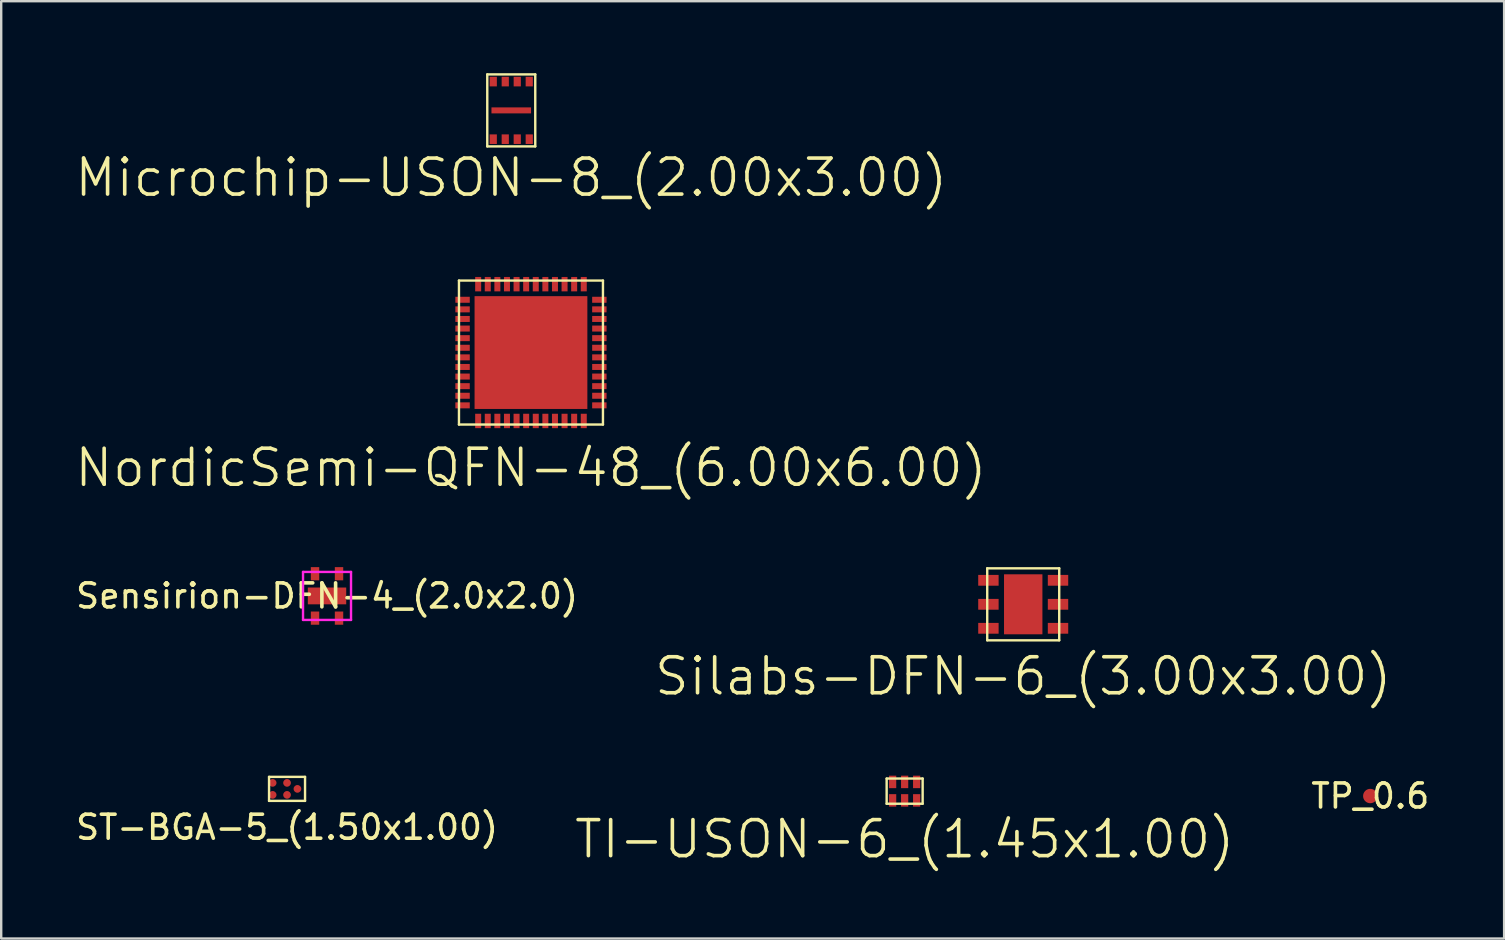
<source format=kicad_pcb>
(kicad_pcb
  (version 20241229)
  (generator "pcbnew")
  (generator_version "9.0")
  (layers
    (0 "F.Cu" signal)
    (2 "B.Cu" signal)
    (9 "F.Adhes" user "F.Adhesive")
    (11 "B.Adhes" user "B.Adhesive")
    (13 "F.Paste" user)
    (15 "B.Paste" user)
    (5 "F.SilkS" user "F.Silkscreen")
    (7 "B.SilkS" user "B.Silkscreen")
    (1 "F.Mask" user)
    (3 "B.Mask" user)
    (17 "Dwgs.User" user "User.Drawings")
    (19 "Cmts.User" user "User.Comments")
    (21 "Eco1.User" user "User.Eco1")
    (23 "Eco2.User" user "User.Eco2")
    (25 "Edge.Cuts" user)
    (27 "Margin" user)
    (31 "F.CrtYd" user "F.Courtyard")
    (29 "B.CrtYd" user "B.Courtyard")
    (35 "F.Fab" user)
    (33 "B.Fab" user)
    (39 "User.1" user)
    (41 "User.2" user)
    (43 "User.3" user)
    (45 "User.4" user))
  (footprint "Silabs-DFN-6_(3.00x3.00)"
    (layer "F.Cu")
    (at 39.587 22.131)
    (property "Reference" "Silabs-DFN-6_(3.00x3.00)" (at 0 3 0) (layer "F.SilkS") (effects (font (size 1.5 1.5) (thickness 0.15))))
    (attr through_hole)
    (fp_line (start -1.5 -1.5) (end 1.5 -1.5) (stroke (width 0.1) (type solid)) (layer "F.SilkS"))
    (fp_line (start -1.5 1.5) (end -1.5 -1.5) (stroke (width 0.1) (type solid)) (layer "F.SilkS"))
    (fp_line (start 1.5 -1.5) (end 1.5 1.5) (stroke (width 0.1) (type solid)) (layer "F.SilkS"))
    (fp_line (start 1.5 1.5) (end -1.5 1.5) (stroke (width 0.1) (type solid)) (layer "F.SilkS"))
    (pad "1" smd rect (at -1.45 -1) (size 0.85 0.45) (layers "F.Cu" "F.Mask" "F.Paste"))
    (pad "2" smd rect (at -1.45 0) (size 0.85 0.45) (layers "F.Cu" "F.Mask" "F.Paste"))
    (pad "3" smd rect (at -1.45 1) (size 0.85 0.45) (layers "F.Cu" "F.Mask" "F.Paste"))
    (pad "4" smd rect (at 1.45 1) (size 0.85 0.45) (layers "F.Cu" "F.Mask" "F.Paste"))
    (pad "5" smd rect (at 1.45 0) (size 0.85 0.45) (layers "F.Cu" "F.Mask" "F.Paste"))
    (pad "6" smd rect (at 1.45 -1) (size 0.85 0.45) (layers "F.Cu" "F.Mask" "F.Paste"))
    (pad "PAD" smd rect (at 0 0) (size 1.6 2.5) (layers "F.Cu" "F.Mask" "F.Paste")))
  (footprint "Sensirion-DFN-4_(2.0x2.0)"
    (layer "F.Cu")
    (at 10.577 21.782)
    (property "Reference" "Sensirion-DFN-4_(2.0x2.0)" (at 0 0 0) (layer "F.SilkS") (effects (font (size 1 1) (thickness 0.15))))
    (attr through_hole)
    (fp_line (start -1 -1) (end -1 1) (stroke (width 0.1) (type solid)) (layer "F.CrtYd"))
    (fp_line (start -1 1) (end 1 1) (stroke (width 0.1) (type solid)) (layer "F.CrtYd"))
    (fp_line (start 1 -1) (end -1 -1) (stroke (width 0.1) (type solid)) (layer "F.CrtYd"))
    (fp_line (start 1 1) (end 1 -1) (stroke (width 0.1) (type solid)) (layer "F.CrtYd"))
    (pad "1" smd rect (at -0.5 0.925) (size 0.35 0.55) (layers "F.Cu" "F.Mask" "F.Paste"))
    (pad "2" smd rect (at 0.5 0.925) (size 0.35 0.55) (layers "F.Cu" "F.Mask" "F.Paste"))
    (pad "3" smd rect (at 0.5 -0.925) (size 0.35 0.55) (layers "F.Cu" "F.Mask" "F.Paste"))
    (pad "4" smd rect (at -0.5 -0.925) (size 0.35 0.55) (layers "F.Cu" "F.Mask" "F.Paste"))
    (pad "TPAD" smd rect (at 0 0) (size 1.6 0.7) (layers "F.Cu" "F.Mask" "F.Paste")))
  (footprint "TP_0.6"
    (layer "F.Cu")
    (at 54.049 30.12)
    (property "Reference" "TP_0.6" (at 0 0 0) (layer "F.SilkS") (effects (font (size 1 1) (thickness 0.15))))
    (attr through_hole)
    (pad "1" smd circle (at 0 0) (size 0.6 0.6) (layers "F.Cu" "F.Mask" "F.Paste")))
  (footprint "Microchip-USON-8_(2.00x3.00)"
    (layer "F.Cu")
    (at 18.254 1.55)
    (property "Reference" "Microchip-USON-8_(2.00x3.00)" (at 0 2.8 0) (layer "F.SilkS") (effects (font (size 1.5 1.5) (thickness 0.15))))
    (attr through_hole)
    (fp_line (start -1 -1.5) (end 1 -1.5) (stroke (width 0.1) (type solid)) (layer "F.SilkS"))
    (fp_line (start -1 1.5) (end -1 -1.5) (stroke (width 0.1) (type solid)) (layer "F.SilkS"))
    (fp_line (start 1 -1.5) (end 1 1.5) (stroke (width 0.1) (type solid)) (layer "F.SilkS"))
    (fp_line (start 1 1.5) (end -1 1.5) (stroke (width 0.1) (type solid)) (layer "F.SilkS"))
    (pad "" smd rect (at 0 0) (size 1.65 0.25) (layers "F.Cu" "F.Mask" "F.Paste"))
    (pad "1" smd rect (at 0.75 -1.2) (size 0.3 0.4) (layers "F.Cu" "F.Mask" "F.Paste"))
    (pad "2" smd rect (at 0.25 -1.2) (size 0.3 0.4) (layers "F.Cu" "F.Mask" "F.Paste"))
    (pad "3" smd rect (at -0.25 -1.2) (size 0.3 0.4) (layers "F.Cu" "F.Mask" "F.Paste"))
    (pad "4" smd rect (at -0.75 -1.2) (size 0.3 0.4) (layers "F.Cu" "F.Mask" "F.Paste"))
    (pad "5" smd rect (at -0.75 1.2) (size 0.3 0.4) (layers "F.Cu" "F.Mask" "F.Paste"))
    (pad "6" smd rect (at -0.25 1.2) (size 0.3 0.4) (layers "F.Cu" "F.Mask" "F.Paste"))
    (pad "7" smd rect (at 0.25 1.2) (size 0.3 0.4) (layers "F.Cu" "F.Mask" "F.Paste"))
    (pad "8" smd rect (at 0.75 1.2) (size 0.3 0.4) (layers "F.Cu" "F.Mask" "F.Paste")))
  (footprint "TI-USON-6_(1.45x1.00)"
    (layer "F.Cu")
    (at 34.646 29.917)
    (property "Reference" "TI-USON-6_(1.45x1.00)" (at 0 2 0) (layer "F.SilkS") (effects (font (size 1.5 1.5) (thickness 0.15))))
    (attr through_hole)
    (fp_line (start -0.75 -0.525) (end 0.75 -0.525) (stroke (width 0.1) (type solid)) (layer "F.SilkS"))
    (fp_line (start -0.75 0.525) (end -0.75 -0.525) (stroke (width 0.1) (type solid)) (layer "F.SilkS"))
    (fp_line (start 0.75 -0.525) (end 0.75 0.525) (stroke (width 0.1) (type solid)) (layer "F.SilkS"))
    (fp_line (start 0.75 0.525) (end -0.75 0.525) (stroke (width 0.1) (type solid)) (layer "F.SilkS"))
    (pad "1" smd rect (at 0.5 -0.385) (size 0.3 0.52) (layers "F.Cu" "F.Mask" "F.Paste"))
    (pad "2" smd rect (at 0 -0.385) (size 0.3 0.52) (layers "F.Cu" "F.Mask" "F.Paste"))
    (pad "3" smd rect (at -0.5 -0.385) (size 0.3 0.52) (layers "F.Cu" "F.Mask" "F.Paste"))
    (pad "4" smd rect (at -0.5 0.385) (size 0.3 0.52) (layers "F.Cu" "F.Mask" "F.Paste"))
    (pad "5" smd rect (at 0 0.385) (size 0.3 0.52) (layers "F.Cu" "F.Mask" "F.Paste"))
    (pad "6" smd rect (at 0.5 0.385) (size 0.3 0.52) (layers "F.Cu" "F.Mask" "F.Paste")))
  (footprint "NordicSemi-QFN-48_(6.00x6.00)"
    (layer "F.Cu")
    (at 19.075 11.641)
    (property "Reference" "NordicSemi-QFN-48_(6.00x6.00)" (at 0 4.8 0) (layer "F.SilkS") (effects (font (size 1.5 1.5) (thickness 0.15))))
    (attr through_hole)
    (fp_line (start -3 -3) (end 3 -3) (stroke (width 0.1) (type solid)) (layer "F.SilkS"))
    (fp_line (start -3 3) (end -3 -3) (stroke (width 0.1) (type solid)) (layer "F.SilkS"))
    (fp_line (start 3 -3) (end 3 3) (stroke (width 0.1) (type solid)) (layer "F.SilkS"))
    (fp_line (start 3 3) (end -3 3) (stroke (width 0.1) (type solid)) (layer "F.SilkS"))
    (pad "1" smd rect (at -2.85 -2.2) (size 0.6 0.25) (layers "F.Cu" "F.Mask" "F.Paste"))
    (pad "2" smd rect (at -2.85 -1.8) (size 0.6 0.25) (layers "F.Cu" "F.Mask" "F.Paste"))
    (pad "3" smd rect (at -2.85 -1.4) (size 0.6 0.25) (layers "F.Cu" "F.Mask" "F.Paste"))
    (pad "4" smd rect (at -2.85 -1) (size 0.6 0.25) (layers "F.Cu" "F.Mask" "F.Paste"))
    (pad "5" smd rect (at -2.85 -0.6) (size 0.6 0.25) (layers "F.Cu" "F.Mask" "F.Paste"))
    (pad "6" smd rect (at -2.85 -0.2) (size 0.6 0.25) (layers "F.Cu" "F.Mask" "F.Paste"))
    (pad "7" smd rect (at -2.85 0.2) (size 0.6 0.25) (layers "F.Cu" "F.Mask" "F.Paste"))
    (pad "8" smd rect (at -2.85 0.6) (size 0.6 0.25) (layers "F.Cu" "F.Mask" "F.Paste"))
    (pad "9" smd rect (at -2.85 1) (size 0.6 0.25) (layers "F.Cu" "F.Mask" "F.Paste"))
    (pad "10" smd rect (at -2.85 1.4) (size 0.6 0.25) (layers "F.Cu" "F.Mask" "F.Paste"))
    (pad "11" smd rect (at -2.85 1.8) (size 0.6 0.25) (layers "F.Cu" "F.Mask" "F.Paste"))
    (pad "12" smd rect (at -2.85 2.2) (size 0.6 0.25) (layers "F.Cu" "F.Mask" "F.Paste"))
    (pad "13" smd rect (at -2.2 2.85 90) (size 0.6 0.25) (layers "F.Cu" "F.Mask" "F.Paste"))
    (pad "14" smd rect (at -1.8 2.85 90) (size 0.6 0.25) (layers "F.Cu" "F.Mask" "F.Paste"))
    (pad "15" smd rect (at -1.4 2.85 90) (size 0.6 0.25) (layers "F.Cu" "F.Mask" "F.Paste"))
    (pad "16" smd rect (at -1 2.85 90) (size 0.6 0.25) (layers "F.Cu" "F.Mask" "F.Paste"))
    (pad "17" smd rect (at -0.6 2.85 90) (size 0.6 0.25) (layers "F.Cu" "F.Mask" "F.Paste"))
    (pad "18" smd rect (at -0.2 2.85 90) (size 0.6 0.25) (layers "F.Cu" "F.Mask" "F.Paste"))
    (pad "19" smd rect (at 0.2 2.85 90) (size 0.6 0.25) (layers "F.Cu" "F.Mask" "F.Paste"))
    (pad "20" smd rect (at 0.6 2.85 90) (size 0.6 0.25) (layers "F.Cu" "F.Mask" "F.Paste"))
    (pad "21" smd rect (at 1 2.85 90) (size 0.6 0.25) (layers "F.Cu" "F.Mask" "F.Paste"))
    (pad "22" smd rect (at 1.4 2.85 90) (size 0.6 0.25) (layers "F.Cu" "F.Mask" "F.Paste"))
    (pad "23" smd rect (at 1.8 2.85 90) (size 0.6 0.25) (layers "F.Cu" "F.Mask" "F.Paste"))
    (pad "24" smd rect (at 2.2 2.85 90) (size 0.6 0.25) (layers "F.Cu" "F.Mask" "F.Paste"))
    (pad "25" smd rect (at 2.85 2.2) (size 0.6 0.25) (layers "F.Cu" "F.Mask" "F.Paste"))
    (pad "26" smd rect (at 2.85 1.8) (size 0.6 0.25) (layers "F.Cu" "F.Mask" "F.Paste"))
    (pad "27" smd rect (at 2.85 1.4) (size 0.6 0.25) (layers "F.Cu" "F.Mask" "F.Paste"))
    (pad "28" smd rect (at 2.85 1) (size 0.6 0.25) (layers "F.Cu" "F.Mask" "F.Paste"))
    (pad "29" smd rect (at 2.85 0.6) (size 0.6 0.25) (layers "F.Cu" "F.Mask" "F.Paste"))
    (pad "30" smd rect (at 2.85 0.2) (size 0.6 0.25) (layers "F.Cu" "F.Mask" "F.Paste"))
    (pad "31" smd rect (at 2.85 -0.2) (size 0.6 0.25) (layers "F.Cu" "F.Mask" "F.Paste"))
    (pad "32" smd rect (at 2.85 -0.6) (size 0.6 0.25) (layers "F.Cu" "F.Mask" "F.Paste"))
    (pad "33" smd rect (at 2.85 -1) (size 0.6 0.25) (layers "F.Cu" "F.Mask" "F.Paste"))
    (pad "34" smd rect (at 2.85 -1.4) (size 0.6 0.25) (layers "F.Cu" "F.Mask" "F.Paste"))
    (pad "35" smd rect (at 2.85 -1.8) (size 0.6 0.25) (layers "F.Cu" "F.Mask" "F.Paste"))
    (pad "36" smd rect (at 2.85 -2.2) (size 0.6 0.25) (layers "F.Cu" "F.Mask" "F.Paste"))
    (pad "37" smd rect (at 2.2 -2.85 90) (size 0.6 0.25) (layers "F.Cu" "F.Mask" "F.Paste"))
    (pad "38" smd rect (at 1.8 -2.85 90) (size 0.6 0.25) (layers "F.Cu" "F.Mask" "F.Paste"))
    (pad "39" smd rect (at 1.4 -2.85 90) (size 0.6 0.25) (layers "F.Cu" "F.Mask" "F.Paste"))
    (pad "40" smd rect (at 1 -2.85 90) (size 0.6 0.25) (layers "F.Cu" "F.Mask" "F.Paste"))
    (pad "41" smd rect (at 0.6 -2.85 90) (size 0.6 0.25) (layers "F.Cu" "F.Mask" "F.Paste"))
    (pad "42" smd rect (at 0.2 -2.85 90) (size 0.6 0.25) (layers "F.Cu" "F.Mask" "F.Paste"))
    (pad "43" smd rect (at -0.2 -2.85 90) (size 0.6 0.25) (layers "F.Cu" "F.Mask" "F.Paste"))
    (pad "44" smd rect (at -0.6 -2.85 90) (size 0.6 0.25) (layers "F.Cu" "F.Mask" "F.Paste"))
    (pad "45" smd rect (at -1 -2.85 90) (size 0.6 0.25) (layers "F.Cu" "F.Mask" "F.Paste"))
    (pad "46" smd rect (at -1.4 -2.85 90) (size 0.6 0.25) (layers "F.Cu" "F.Mask" "F.Paste"))
    (pad "47" smd rect (at -1.8 -2.85 90) (size 0.6 0.25) (layers "F.Cu" "F.Mask" "F.Paste"))
    (pad "48" smd rect (at -2.2 -2.85 90) (size 0.6 0.25) (layers "F.Cu" "F.Mask" "F.Paste"))
    (pad "PAD" smd rect (at 0 0) (size 4.7 4.7) (layers "F.Cu" "F.Mask" "F.Paste")))
  (footprint "ST-BGA-5_(1.50x1.00)"
    (layer "F.Cu")
    (at 8.911 29.822)
    (property "Reference" "ST-BGA-5_(1.50x1.00)" (at 0 1.6 0) (layer "F.SilkS") (effects (font (size 1 1) (thickness 0.15))))
    (attr through_hole)
    (fp_line (start -0.75 -0.5) (end 0.75 -0.5) (stroke (width 0.1) (type solid)) (layer "F.SilkS"))
    (fp_line (start -0.75 0.5) (end -0.75 -0.5) (stroke (width 0.1) (type solid)) (layer "F.SilkS"))
    (fp_line (start 0.75 -0.5) (end 0.75 0.5) (stroke (width 0.1) (type solid)) (layer "F.SilkS"))
    (fp_line (start 0.75 0.5) (end -0.75 0.5) (stroke (width 0.1) (type solid)) (layer "F.SilkS"))
    (pad "A2" smd circle (at 0 -0.25) (size 0.32 0.32) (layers "F.Cu" "F.Mask" "F.Paste"))
    (pad "A3" smd circle (at -0.6 -0.25) (size 0.32 0.32) (layers "F.Cu" "F.Mask" "F.Paste"))
    (pad "B1" smd circle (at 0.433 0) (size 0.32 0.32) (layers "F.Cu" "F.Mask" "F.Paste"))
    (pad "C2" smd circle (at 0 0.25) (size 0.32 0.32) (layers "F.Cu" "F.Mask" "F.Paste"))
    (pad "C3" smd circle (at -0.6 0.25) (size 0.32 0.32) (layers "F.Cu" "F.Mask" "F.Paste")))
  (gr_rect
    (start -3 -3)
    (end 59.626 36.058)
    (stroke (width 0.1) (type default))
    (fill no)
    (layer "Edge.Cuts")))
</source>
